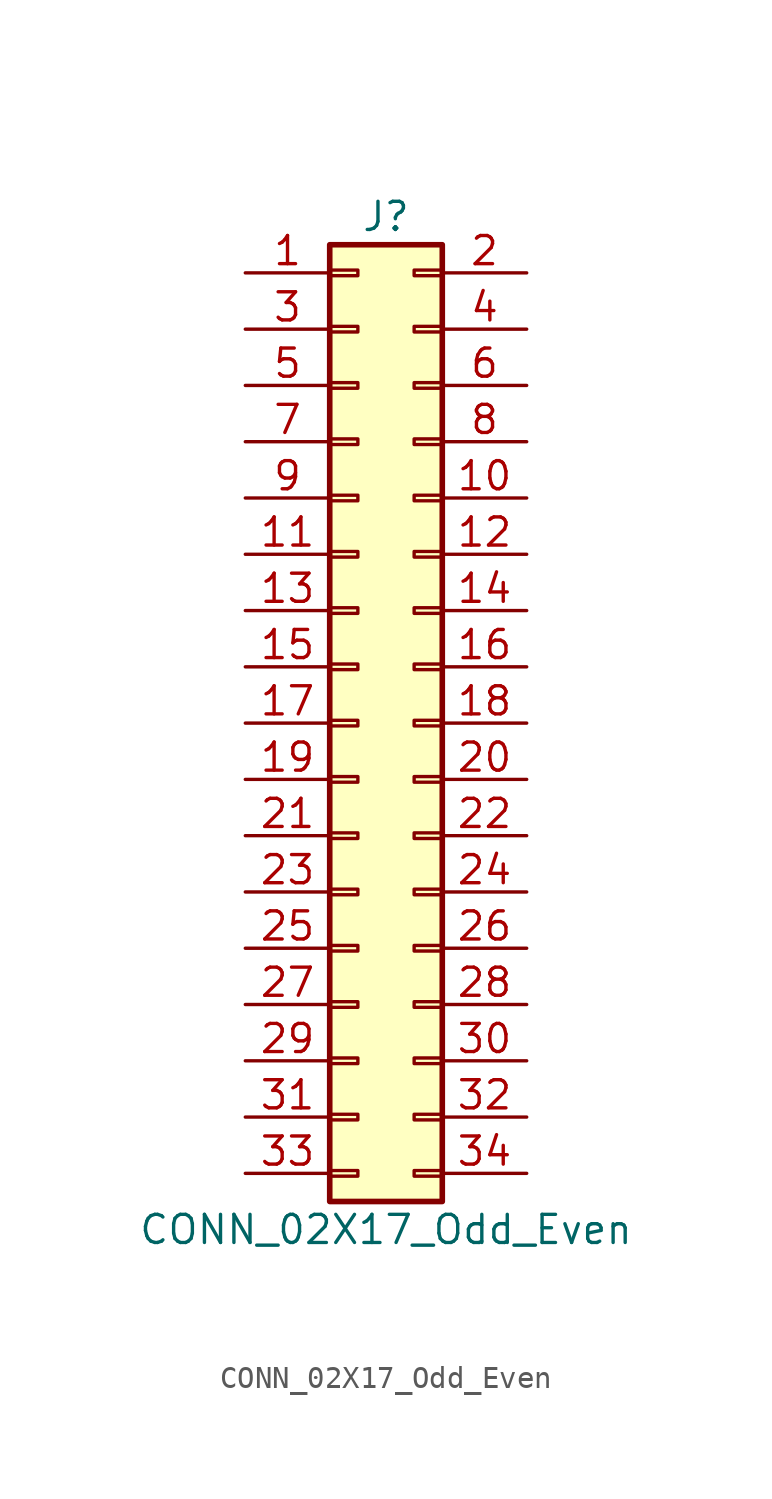
<source format=kicad_sym>
(kicad_symbol_lib
  (version 20211014)
  (generator kicad_symbol_editor)
  (symbol "CONN_02X17_Odd_Even"
    (pin_names
      (offset 1.016) hide)
    (property "Reference" "J"
      (at 1.27 22.86 0)
      (effects (font (size 1.27 1.27))))
    (property "Value" "CONN_02X17_Odd_Even"
      (at 1.27 -22.86 0)
      (effects (font (size 1.27 1.27))))
    (symbol "CONN_02X17_Odd_Even_1_1"
      (rectangle (start -1.27 -20.193) (end 0 -20.447) (stroke (width 0.152) (type default) (color 0 0 0 0)) (fill (type none)))
      (rectangle (start -1.27 -17.653) (end 0 -17.907) (stroke (width 0.152) (type default) (color 0 0 0 0)) (fill (type none)))
      (rectangle (start -1.27 -15.113) (end 0 -15.367) (stroke (width 0.152) (type default) (color 0 0 0 0)) (fill (type none)))
      (rectangle (start -1.27 -12.573) (end 0 -12.827) (stroke (width 0.152) (type default) (color 0 0 0 0)) (fill (type none)))
      (rectangle (start -1.27 -10.033) (end 0 -10.287) (stroke (width 0.152) (type default) (color 0 0 0 0)) (fill (type none)))
      (rectangle (start -1.27 -7.493) (end 0 -7.747) (stroke (width 0.152) (type default) (color 0 0 0 0)) (fill (type none)))
      (rectangle (start -1.27 -4.953) (end 0 -5.207) (stroke (width 0.152) (type default) (color 0 0 0 0)) (fill (type none)))
      (rectangle (start -1.27 -2.413) (end 0 -2.667) (stroke (width 0.152) (type default) (color 0 0 0 0)) (fill (type none)))
      (rectangle (start -1.27 0.127) (end 0 -0.127) (stroke (width 0.152) (type default) (color 0 0 0 0)) (fill (type none)))
      (rectangle (start -1.27 2.667) (end 0 2.413) (stroke (width 0.152) (type default) (color 0 0 0 0)) (fill (type none)))
      (rectangle (start -1.27 5.207) (end 0 4.953) (stroke (width 0.152) (type default) (color 0 0 0 0)) (fill (type none)))
      (rectangle (start -1.27 7.747) (end 0 7.493) (stroke (width 0.152) (type default) (color 0 0 0 0)) (fill (type none)))
      (rectangle (start -1.27 10.287) (end 0 10.033) (stroke (width 0.152) (type default) (color 0 0 0 0)) (fill (type none)))
      (rectangle (start -1.27 12.827) (end 0 12.573) (stroke (width 0.152) (type default) (color 0 0 0 0)) (fill (type none)))
      (rectangle (start -1.27 15.367) (end 0 15.113) (stroke (width 0.152) (type default) (color 0 0 0 0)) (fill (type none)))
      (rectangle (start -1.27 17.907) (end 0 17.653) (stroke (width 0.152) (type default) (color 0 0 0 0)) (fill (type none)))
      (rectangle (start -1.27 20.447) (end 0 20.193) (stroke (width 0.152) (type default) (color 0 0 0 0)) (fill (type none)))
      (rectangle (start -1.27 21.59) (end 3.81 -21.59) (stroke (width 0.254) (type default) (color 0 0 0 0)) (fill (type background)))
      (rectangle (start 3.81 -20.193) (end 2.54 -20.447) (stroke (width 0.152) (type default) (color 0 0 0 0)) (fill (type none)))
      (rectangle (start 3.81 -17.653) (end 2.54 -17.907) (stroke (width 0.152) (type default) (color 0 0 0 0)) (fill (type none)))
      (rectangle (start 3.81 -15.113) (end 2.54 -15.367) (stroke (width 0.152) (type default) (color 0 0 0 0)) (fill (type none)))
      (rectangle (start 3.81 -12.573) (end 2.54 -12.827) (stroke (width 0.152) (type default) (color 0 0 0 0)) (fill (type none)))
      (rectangle (start 3.81 -10.033) (end 2.54 -10.287) (stroke (width 0.152) (type default) (color 0 0 0 0)) (fill (type none)))
      (rectangle (start 3.81 -7.493) (end 2.54 -7.747) (stroke (width 0.152) (type default) (color 0 0 0 0)) (fill (type none)))
      (rectangle (start 3.81 -4.953) (end 2.54 -5.207) (stroke (width 0.152) (type default) (color 0 0 0 0)) (fill (type none)))
      (rectangle (start 3.81 -2.413) (end 2.54 -2.667) (stroke (width 0.152) (type default) (color 0 0 0 0)) (fill (type none)))
      (rectangle (start 3.81 0.127) (end 2.54 -0.127) (stroke (width 0.152) (type default) (color 0 0 0 0)) (fill (type none)))
      (rectangle (start 3.81 2.667) (end 2.54 2.413) (stroke (width 0.152) (type default) (color 0 0 0 0)) (fill (type none)))
      (rectangle (start 3.81 5.207) (end 2.54 4.953) (stroke (width 0.152) (type default) (color 0 0 0 0)) (fill (type none)))
      (rectangle (start 3.81 7.747) (end 2.54 7.493) (stroke (width 0.152) (type default) (color 0 0 0 0)) (fill (type none)))
      (rectangle (start 3.81 10.287) (end 2.54 10.033) (stroke (width 0.152) (type default) (color 0 0 0 0)) (fill (type none)))
      (rectangle (start 3.81 12.827) (end 2.54 12.573) (stroke (width 0.152) (type default) (color 0 0 0 0)) (fill (type none)))
      (rectangle (start 3.81 15.367) (end 2.54 15.113) (stroke (width 0.152) (type default) (color 0 0 0 0)) (fill (type none)))
      (rectangle (start 3.81 17.907) (end 2.54 17.653) (stroke (width 0.152) (type default) (color 0 0 0 0)) (fill (type none)))
      (rectangle (start 3.81 20.447) (end 2.54 20.193) (stroke (width 0.152) (type default) (color 0 0 0 0)) (fill (type none)))
      (pin passive line (at -5.08 20.32 0) (length 3.81) (name "Pin_1" (effects (font (size 1.27 1.27)))) (number "1" (effects (font (size 1.27 1.27)))))
      (pin passive line (at 7.62 10.16 180) (length 3.81) (name "Pin_10" (effects (font (size 1.27 1.27)))) (number "10" (effects (font (size 1.27 1.27)))))
      (pin passive line (at -5.08 7.62 0) (length 3.81) (name "Pin_11" (effects (font (size 1.27 1.27)))) (number "11" (effects (font (size 1.27 1.27)))))
      (pin passive line (at 7.62 7.62 180) (length 3.81) (name "Pin_12" (effects (font (size 1.27 1.27)))) (number "12" (effects (font (size 1.27 1.27)))))
      (pin passive line (at -5.08 5.08 0) (length 3.81) (name "Pin_13" (effects (font (size 1.27 1.27)))) (number "13" (effects (font (size 1.27 1.27)))))
      (pin passive line (at 7.62 5.08 180) (length 3.81) (name "Pin_14" (effects (font (size 1.27 1.27)))) (number "14" (effects (font (size 1.27 1.27)))))
      (pin passive line (at -5.08 2.54 0) (length 3.81) (name "Pin_15" (effects (font (size 1.27 1.27)))) (number "15" (effects (font (size 1.27 1.27)))))
      (pin passive line (at 7.62 2.54 180) (length 3.81) (name "Pin_16" (effects (font (size 1.27 1.27)))) (number "16" (effects (font (size 1.27 1.27)))))
      (pin passive line (at -5.08 0 0) (length 3.81) (name "Pin_17" (effects (font (size 1.27 1.27)))) (number "17" (effects (font (size 1.27 1.27)))))
      (pin passive line (at 7.62 0 180) (length 3.81) (name "Pin_18" (effects (font (size 1.27 1.27)))) (number "18" (effects (font (size 1.27 1.27)))))
      (pin passive line (at -5.08 -2.54 0) (length 3.81) (name "Pin_19" (effects (font (size 1.27 1.27)))) (number "19" (effects (font (size 1.27 1.27)))))
      (pin passive line (at 7.62 20.32 180) (length 3.81) (name "Pin_2" (effects (font (size 1.27 1.27)))) (number "2" (effects (font (size 1.27 1.27)))))
      (pin passive line (at 7.62 -2.54 180) (length 3.81) (name "Pin_20" (effects (font (size 1.27 1.27)))) (number "20" (effects (font (size 1.27 1.27)))))
      (pin passive line (at -5.08 -5.08 0) (length 3.81) (name "Pin_21" (effects (font (size 1.27 1.27)))) (number "21" (effects (font (size 1.27 1.27)))))
      (pin passive line (at 7.62 -5.08 180) (length 3.81) (name "Pin_22" (effects (font (size 1.27 1.27)))) (number "22" (effects (font (size 1.27 1.27)))))
      (pin passive line (at -5.08 -7.62 0) (length 3.81) (name "Pin_23" (effects (font (size 1.27 1.27)))) (number "23" (effects (font (size 1.27 1.27)))))
      (pin passive line (at 7.62 -7.62 180) (length 3.81) (name "Pin_24" (effects (font (size 1.27 1.27)))) (number "24" (effects (font (size 1.27 1.27)))))
      (pin passive line (at -5.08 -10.16 0) (length 3.81) (name "Pin_25" (effects (font (size 1.27 1.27)))) (number "25" (effects (font (size 1.27 1.27)))))
      (pin passive line (at 7.62 -10.16 180) (length 3.81) (name "Pin_26" (effects (font (size 1.27 1.27)))) (number "26" (effects (font (size 1.27 1.27)))))
      (pin passive line (at -5.08 -12.7 0) (length 3.81) (name "Pin_27" (effects (font (size 1.27 1.27)))) (number "27" (effects (font (size 1.27 1.27)))))
      (pin passive line (at 7.62 -12.7 180) (length 3.81) (name "Pin_28" (effects (font (size 1.27 1.27)))) (number "28" (effects (font (size 1.27 1.27)))))
      (pin passive line (at -5.08 -15.24 0) (length 3.81) (name "Pin_29" (effects (font (size 1.27 1.27)))) (number "29" (effects (font (size 1.27 1.27)))))
      (pin passive line (at -5.08 17.78 0) (length 3.81) (name "Pin_3" (effects (font (size 1.27 1.27)))) (number "3" (effects (font (size 1.27 1.27)))))
      (pin passive line (at 7.62 -15.24 180) (length 3.81) (name "Pin_30" (effects (font (size 1.27 1.27)))) (number "30" (effects (font (size 1.27 1.27)))))
      (pin passive line (at -5.08 -17.78 0) (length 3.81) (name "Pin_31" (effects (font (size 1.27 1.27)))) (number "31" (effects (font (size 1.27 1.27)))))
      (pin passive line (at 7.62 -17.78 180) (length 3.81) (name "Pin_32" (effects (font (size 1.27 1.27)))) (number "32" (effects (font (size 1.27 1.27)))))
      (pin passive line (at -5.08 -20.32 0) (length 3.81) (name "Pin_33" (effects (font (size 1.27 1.27)))) (number "33" (effects (font (size 1.27 1.27)))))
      (pin passive line (at 7.62 -20.32 180) (length 3.81) (name "Pin_34" (effects (font (size 1.27 1.27)))) (number "34" (effects (font (size 1.27 1.27)))))
      (pin passive line (at 7.62 17.78 180) (length 3.81) (name "Pin_4" (effects (font (size 1.27 1.27)))) (number "4" (effects (font (size 1.27 1.27)))))
      (pin passive line (at -5.08 15.24 0) (length 3.81) (name "Pin_5" (effects (font (size 1.27 1.27)))) (number "5" (effects (font (size 1.27 1.27)))))
      (pin passive line (at 7.62 15.24 180) (length 3.81) (name "Pin_6" (effects (font (size 1.27 1.27)))) (number "6" (effects (font (size 1.27 1.27)))))
      (pin passive line (at -5.08 12.7 0) (length 3.81) (name "Pin_7" (effects (font (size 1.27 1.27)))) (number "7" (effects (font (size 1.27 1.27)))))
      (pin passive line (at 7.62 12.7 180) (length 3.81) (name "Pin_8" (effects (font (size 1.27 1.27)))) (number "8" (effects (font (size 1.27 1.27)))))
      (pin passive line (at -5.08 10.16 0) (length 3.81) (name "Pin_9" (effects (font (size 1.27 1.27)))) (number "9" (effects (font (size 1.27 1.27))))))))
</source>
